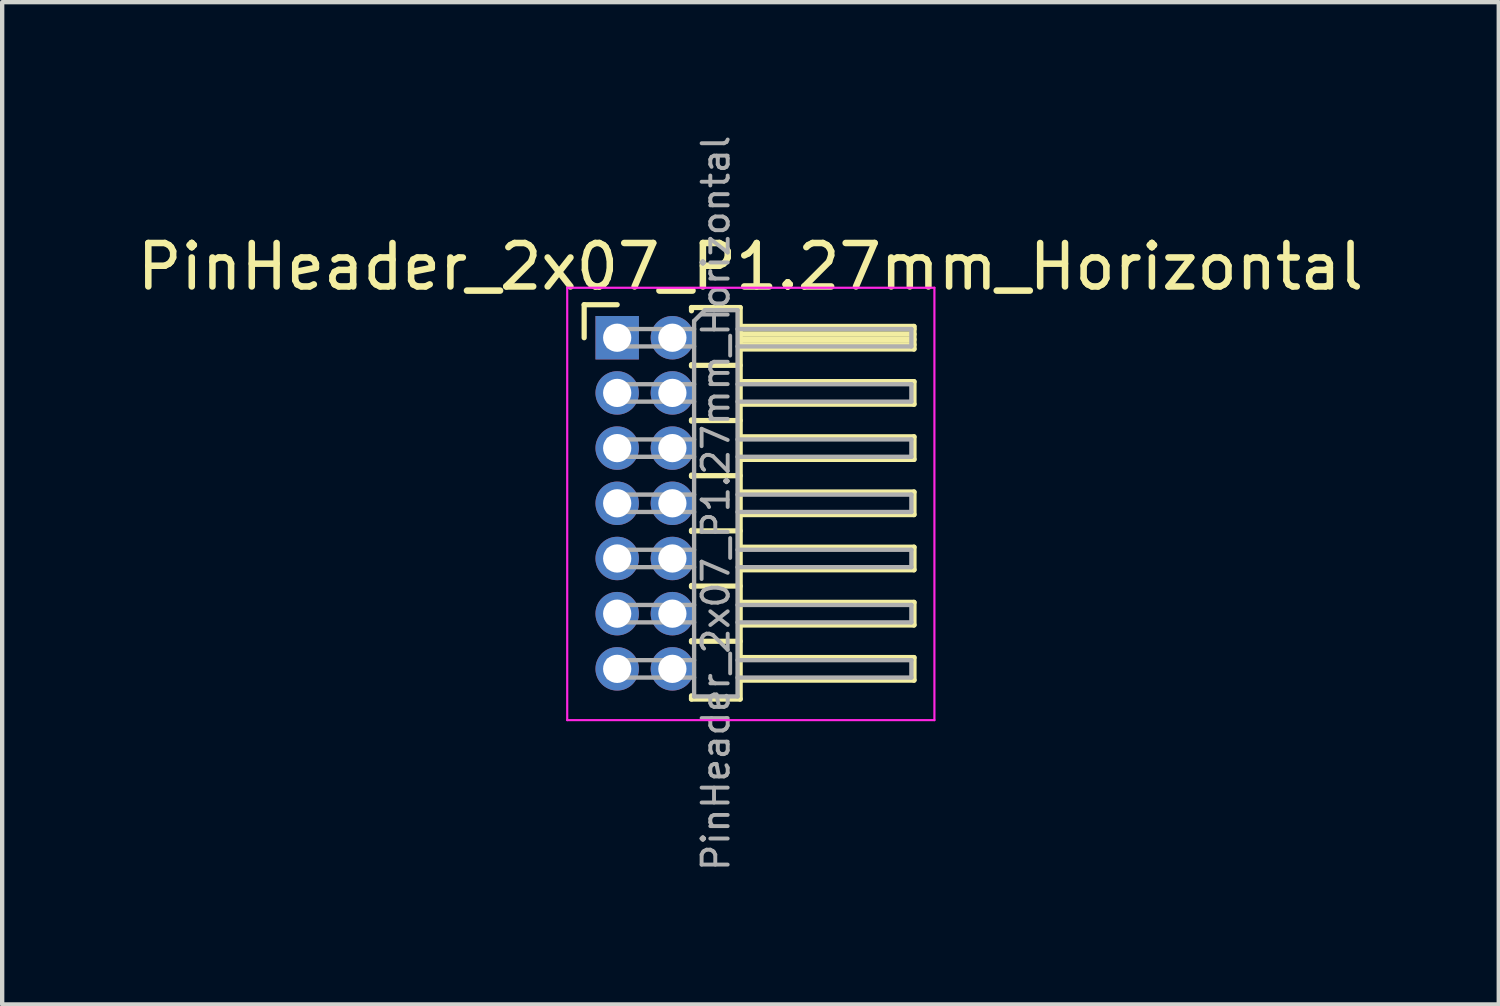
<source format=kicad_pcb>
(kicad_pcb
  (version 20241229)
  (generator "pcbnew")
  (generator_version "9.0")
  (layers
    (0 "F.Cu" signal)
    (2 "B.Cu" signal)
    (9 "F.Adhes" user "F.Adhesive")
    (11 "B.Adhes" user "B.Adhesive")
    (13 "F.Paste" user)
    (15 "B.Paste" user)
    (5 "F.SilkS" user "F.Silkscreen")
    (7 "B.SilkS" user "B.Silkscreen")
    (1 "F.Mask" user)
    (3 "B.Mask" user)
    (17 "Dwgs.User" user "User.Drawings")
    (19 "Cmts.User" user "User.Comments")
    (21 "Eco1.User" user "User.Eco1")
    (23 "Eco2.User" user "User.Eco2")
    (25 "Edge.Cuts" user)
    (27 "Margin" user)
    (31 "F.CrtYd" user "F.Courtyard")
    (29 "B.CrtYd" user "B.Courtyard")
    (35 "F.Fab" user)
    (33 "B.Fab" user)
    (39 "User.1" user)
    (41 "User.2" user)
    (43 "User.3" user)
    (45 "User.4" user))
  (footprint "PinHeader_2x07_P1.27mm_Horizontal"
    (layer "F.Cu")
    (at 11.153 4.722)
    (property "Reference" "PinHeader_2x07_P1.27mm_Horizontal" (at 3.067 -1.635 0) (layer "F.SilkS") (effects (font (size 1 1) (thickness 0.15))))
    (attr through_hole)
    (fp_line (start -0.76 -0.76) (end 0 -0.76) (stroke (width 0.12) (type solid)) (layer "F.SilkS"))
    (fp_line (start -0.76 0) (end -0.76 -0.76) (stroke (width 0.12) (type solid)) (layer "F.SilkS"))
    (fp_line (start 1.71 -0.695) (end 2.83 -0.695) (stroke (width 0.12) (type solid)) (layer "F.SilkS"))
    (fp_line (start 1.71 -0.62) (end 1.71 -0.695) (stroke (width 0.12) (type solid)) (layer "F.SilkS"))
    (fp_line (start 1.71 0.62) (end 1.71 0.65) (stroke (width 0.12) (type solid)) (layer "F.SilkS"))
    (fp_line (start 1.71 0.635) (end 2.83 0.635) (stroke (width 0.12) (type solid)) (layer "F.SilkS"))
    (fp_line (start 1.71 1.89) (end 1.71 1.92) (stroke (width 0.12) (type solid)) (layer "F.SilkS"))
    (fp_line (start 1.71 1.905) (end 2.83 1.905) (stroke (width 0.12) (type solid)) (layer "F.SilkS"))
    (fp_line (start 1.71 3.16) (end 1.71 3.19) (stroke (width 0.12) (type solid)) (layer "F.SilkS"))
    (fp_line (start 1.71 3.175) (end 2.83 3.175) (stroke (width 0.12) (type solid)) (layer "F.SilkS"))
    (fp_line (start 1.71 4.43) (end 1.71 4.46) (stroke (width 0.12) (type solid)) (layer "F.SilkS"))
    (fp_line (start 1.71 4.445) (end 2.83 4.445) (stroke (width 0.12) (type solid)) (layer "F.SilkS"))
    (fp_line (start 1.71 5.7) (end 1.71 5.73) (stroke (width 0.12) (type solid)) (layer "F.SilkS"))
    (fp_line (start 1.71 5.715) (end 2.83 5.715) (stroke (width 0.12) (type solid)) (layer "F.SilkS"))
    (fp_line (start 1.71 6.97) (end 1.71 7) (stroke (width 0.12) (type solid)) (layer "F.SilkS"))
    (fp_line (start 1.71 6.985) (end 2.83 6.985) (stroke (width 0.12) (type solid)) (layer "F.SilkS"))
    (fp_line (start 1.71 8.315) (end 1.71 8.24) (stroke (width 0.12) (type solid)) (layer "F.SilkS"))
    (fp_line (start 2.83 -0.695) (end 2.83 8.315) (stroke (width 0.12) (type solid)) (layer "F.SilkS"))
    (fp_line (start 2.83 -0.26) (end 6.83 -0.26) (stroke (width 0.12) (type solid)) (layer "F.SilkS"))
    (fp_line (start 2.83 -0.2) (end 6.83 -0.2) (stroke (width 0.12) (type solid)) (layer "F.SilkS"))
    (fp_line (start 2.83 -0.08) (end 6.83 -0.08) (stroke (width 0.12) (type solid)) (layer "F.SilkS"))
    (fp_line (start 2.83 0.04) (end 6.83 0.04) (stroke (width 0.12) (type solid)) (layer "F.SilkS"))
    (fp_line (start 2.83 0.16) (end 6.83 0.16) (stroke (width 0.12) (type solid)) (layer "F.SilkS"))
    (fp_line (start 2.83 1.01) (end 6.83 1.01) (stroke (width 0.12) (type solid)) (layer "F.SilkS"))
    (fp_line (start 2.83 2.28) (end 6.83 2.28) (stroke (width 0.12) (type solid)) (layer "F.SilkS"))
    (fp_line (start 2.83 3.55) (end 6.83 3.55) (stroke (width 0.12) (type solid)) (layer "F.SilkS"))
    (fp_line (start 2.83 4.82) (end 6.83 4.82) (stroke (width 0.12) (type solid)) (layer "F.SilkS"))
    (fp_line (start 2.83 6.09) (end 6.83 6.09) (stroke (width 0.12) (type solid)) (layer "F.SilkS"))
    (fp_line (start 2.83 7.36) (end 6.83 7.36) (stroke (width 0.12) (type solid)) (layer "F.SilkS"))
    (fp_line (start 2.83 8.315) (end 1.71 8.315) (stroke (width 0.12) (type solid)) (layer "F.SilkS"))
    (fp_line (start 6.83 -0.26) (end 6.83 0.26) (stroke (width 0.12) (type solid)) (layer "F.SilkS"))
    (fp_line (start 6.83 0.26) (end 2.83 0.26) (stroke (width 0.12) (type solid)) (layer "F.SilkS"))
    (fp_line (start 6.83 1.01) (end 6.83 1.53) (stroke (width 0.12) (type solid)) (layer "F.SilkS"))
    (fp_line (start 6.83 1.53) (end 2.83 1.53) (stroke (width 0.12) (type solid)) (layer "F.SilkS"))
    (fp_line (start 6.83 2.28) (end 6.83 2.8) (stroke (width 0.12) (type solid)) (layer "F.SilkS"))
    (fp_line (start 6.83 2.8) (end 2.83 2.8) (stroke (width 0.12) (type solid)) (layer "F.SilkS"))
    (fp_line (start 6.83 3.55) (end 6.83 4.07) (stroke (width 0.12) (type solid)) (layer "F.SilkS"))
    (fp_line (start 6.83 4.07) (end 2.83 4.07) (stroke (width 0.12) (type solid)) (layer "F.SilkS"))
    (fp_line (start 6.83 4.82) (end 6.83 5.34) (stroke (width 0.12) (type solid)) (layer "F.SilkS"))
    (fp_line (start 6.83 5.34) (end 2.83 5.34) (stroke (width 0.12) (type solid)) (layer "F.SilkS"))
    (fp_line (start 6.83 6.09) (end 6.83 6.61) (stroke (width 0.12) (type solid)) (layer "F.SilkS"))
    (fp_line (start 6.83 6.61) (end 2.83 6.61) (stroke (width 0.12) (type solid)) (layer "F.SilkS"))
    (fp_line (start 6.83 7.36) (end 6.83 7.88) (stroke (width 0.12) (type solid)) (layer "F.SilkS"))
    (fp_line (start 6.83 7.88) (end 2.83 7.88) (stroke (width 0.12) (type solid)) (layer "F.SilkS"))
    (fp_line (start -1.15 -1.15) (end -1.15 8.8) (stroke (width 0.05) (type solid)) (layer "F.CrtYd"))
    (fp_line (start -1.15 8.8) (end 7.3 8.8) (stroke (width 0.05) (type solid)) (layer "F.CrtYd"))
    (fp_line (start 7.3 -1.15) (end -1.15 -1.15) (stroke (width 0.05) (type solid)) (layer "F.CrtYd"))
    (fp_line (start 7.3 8.8) (end 7.3 -1.15) (stroke (width 0.05) (type solid)) (layer "F.CrtYd"))
    (fp_line (start -0.2 -0.2) (end -0.2 0.2) (stroke (width 0.1) (type solid)) (layer "F.Fab"))
    (fp_line (start -0.2 -0.2) (end 1.77 -0.2) (stroke (width 0.1) (type solid)) (layer "F.Fab"))
    (fp_line (start -0.2 0.2) (end 1.77 0.2) (stroke (width 0.1) (type solid)) (layer "F.Fab"))
    (fp_line (start -0.2 1.07) (end -0.2 1.47) (stroke (width 0.1) (type solid)) (layer "F.Fab"))
    (fp_line (start -0.2 1.07) (end 1.77 1.07) (stroke (width 0.1) (type solid)) (layer "F.Fab"))
    (fp_line (start -0.2 1.47) (end 1.77 1.47) (stroke (width 0.1) (type solid)) (layer "F.Fab"))
    (fp_line (start -0.2 2.34) (end -0.2 2.74) (stroke (width 0.1) (type solid)) (layer "F.Fab"))
    (fp_line (start -0.2 2.34) (end 1.77 2.34) (stroke (width 0.1) (type solid)) (layer "F.Fab"))
    (fp_line (start -0.2 2.74) (end 1.77 2.74) (stroke (width 0.1) (type solid)) (layer "F.Fab"))
    (fp_line (start -0.2 3.61) (end -0.2 4.01) (stroke (width 0.1) (type solid)) (layer "F.Fab"))
    (fp_line (start -0.2 3.61) (end 1.77 3.61) (stroke (width 0.1) (type solid)) (layer "F.Fab"))
    (fp_line (start -0.2 4.01) (end 1.77 4.01) (stroke (width 0.1) (type solid)) (layer "F.Fab"))
    (fp_line (start -0.2 4.88) (end -0.2 5.28) (stroke (width 0.1) (type solid)) (layer "F.Fab"))
    (fp_line (start -0.2 4.88) (end 1.77 4.88) (stroke (width 0.1) (type solid)) (layer "F.Fab"))
    (fp_line (start -0.2 5.28) (end 1.77 5.28) (stroke (width 0.1) (type solid)) (layer "F.Fab"))
    (fp_line (start -0.2 6.15) (end -0.2 6.55) (stroke (width 0.1) (type solid)) (layer "F.Fab"))
    (fp_line (start -0.2 6.15) (end 1.77 6.15) (stroke (width 0.1) (type solid)) (layer "F.Fab"))
    (fp_line (start -0.2 6.55) (end 1.77 6.55) (stroke (width 0.1) (type solid)) (layer "F.Fab"))
    (fp_line (start -0.2 7.42) (end -0.2 7.82) (stroke (width 0.1) (type solid)) (layer "F.Fab"))
    (fp_line (start -0.2 7.42) (end 1.77 7.42) (stroke (width 0.1) (type solid)) (layer "F.Fab"))
    (fp_line (start -0.2 7.82) (end 1.77 7.82) (stroke (width 0.1) (type solid)) (layer "F.Fab"))
    (fp_line (start 1.77 -0.385) (end 2.02 -0.635) (stroke (width 0.1) (type solid)) (layer "F.Fab"))
    (fp_line (start 1.77 8.255) (end 1.77 -0.385) (stroke (width 0.1) (type solid)) (layer "F.Fab"))
    (fp_line (start 2.02 -0.635) (end 2.77 -0.635) (stroke (width 0.1) (type solid)) (layer "F.Fab"))
    (fp_line (start 2.77 -0.635) (end 2.77 8.255) (stroke (width 0.1) (type solid)) (layer "F.Fab"))
    (fp_line (start 2.77 -0.2) (end 6.77 -0.2) (stroke (width 0.1) (type solid)) (layer "F.Fab"))
    (fp_line (start 2.77 0.2) (end 6.77 0.2) (stroke (width 0.1) (type solid)) (layer "F.Fab"))
    (fp_line (start 2.77 1.07) (end 6.77 1.07) (stroke (width 0.1) (type solid)) (layer "F.Fab"))
    (fp_line (start 2.77 1.47) (end 6.77 1.47) (stroke (width 0.1) (type solid)) (layer "F.Fab"))
    (fp_line (start 2.77 2.34) (end 6.77 2.34) (stroke (width 0.1) (type solid)) (layer "F.Fab"))
    (fp_line (start 2.77 2.74) (end 6.77 2.74) (stroke (width 0.1) (type solid)) (layer "F.Fab"))
    (fp_line (start 2.77 3.61) (end 6.77 3.61) (stroke (width 0.1) (type solid)) (layer "F.Fab"))
    (fp_line (start 2.77 4.01) (end 6.77 4.01) (stroke (width 0.1) (type solid)) (layer "F.Fab"))
    (fp_line (start 2.77 4.88) (end 6.77 4.88) (stroke (width 0.1) (type solid)) (layer "F.Fab"))
    (fp_line (start 2.77 5.28) (end 6.77 5.28) (stroke (width 0.1) (type solid)) (layer "F.Fab"))
    (fp_line (start 2.77 6.15) (end 6.77 6.15) (stroke (width 0.1) (type solid)) (layer "F.Fab"))
    (fp_line (start 2.77 6.55) (end 6.77 6.55) (stroke (width 0.1) (type solid)) (layer "F.Fab"))
    (fp_line (start 2.77 7.42) (end 6.77 7.42) (stroke (width 0.1) (type solid)) (layer "F.Fab"))
    (fp_line (start 2.77 7.82) (end 6.77 7.82) (stroke (width 0.1) (type solid)) (layer "F.Fab"))
    (fp_line (start 2.77 8.255) (end 1.77 8.255) (stroke (width 0.1) (type solid)) (layer "F.Fab"))
    (fp_line (start 6.77 -0.2) (end 6.77 0.2) (stroke (width 0.1) (type solid)) (layer "F.Fab"))
    (fp_line (start 6.77 1.07) (end 6.77 1.47) (stroke (width 0.1) (type solid)) (layer "F.Fab"))
    (fp_line (start 6.77 2.34) (end 6.77 2.74) (stroke (width 0.1) (type solid)) (layer "F.Fab"))
    (fp_line (start 6.77 3.61) (end 6.77 4.01) (stroke (width 0.1) (type solid)) (layer "F.Fab"))
    (fp_line (start 6.77 4.88) (end 6.77 5.28) (stroke (width 0.1) (type solid)) (layer "F.Fab"))
    (fp_line (start 6.77 6.15) (end 6.77 6.55) (stroke (width 0.1) (type solid)) (layer "F.Fab"))
    (fp_line (start 6.77 7.42) (end 6.77 7.82) (stroke (width 0.1) (type solid)) (layer "F.Fab"))
    (fp_text user "${REFERENCE}" (at 2.27 3.81 90) (layer "F.Fab") (effects (font (size 0.6 0.6) (thickness 0.09))))
    (pad "1" thru_hole rect (at 0 0) (size 1 1) (drill 0.65) (layers "*.Cu" "*.Mask"))
    (pad "2" thru_hole oval (at 1.27 0) (size 1 1) (drill 0.65) (layers "*.Cu" "*.Mask"))
    (pad "3" thru_hole oval (at 0 1.27) (size 1 1) (drill 0.65) (layers "*.Cu" "*.Mask"))
    (pad "4" thru_hole oval (at 1.27 1.27) (size 1 1) (drill 0.65) (layers "*.Cu" "*.Mask"))
    (pad "5" thru_hole oval (at 0 2.54) (size 1 1) (drill 0.65) (layers "*.Cu" "*.Mask"))
    (pad "6" thru_hole oval (at 1.27 2.54) (size 1 1) (drill 0.65) (layers "*.Cu" "*.Mask"))
    (pad "7" thru_hole oval (at 0 3.81) (size 1 1) (drill 0.65) (layers "*.Cu" "*.Mask"))
    (pad "8" thru_hole oval (at 1.27 3.81) (size 1 1) (drill 0.65) (layers "*.Cu" "*.Mask"))
    (pad "9" thru_hole oval (at 0 5.08) (size 1 1) (drill 0.65) (layers "*.Cu" "*.Mask"))
    (pad "10" thru_hole oval (at 1.27 5.08) (size 1 1) (drill 0.65) (layers "*.Cu" "*.Mask"))
    (pad "11" thru_hole oval (at 0 6.35) (size 1 1) (drill 0.65) (layers "*.Cu" "*.Mask"))
    (pad "12" thru_hole oval (at 1.27 6.35) (size 1 1) (drill 0.65) (layers "*.Cu" "*.Mask"))
    (pad "13" thru_hole oval (at 0 7.62) (size 1 1) (drill 0.65) (layers "*.Cu" "*.Mask"))
    (pad "14" thru_hole oval (at 1.27 7.62) (size 1 1) (drill 0.65) (layers "*.Cu" "*.Mask")))
  (gr_rect
    (start -3 -3)
    (end 31.44 20.064)
    (stroke (width 0.1) (type default))
    (fill no)
    (layer "Edge.Cuts")))
</source>
